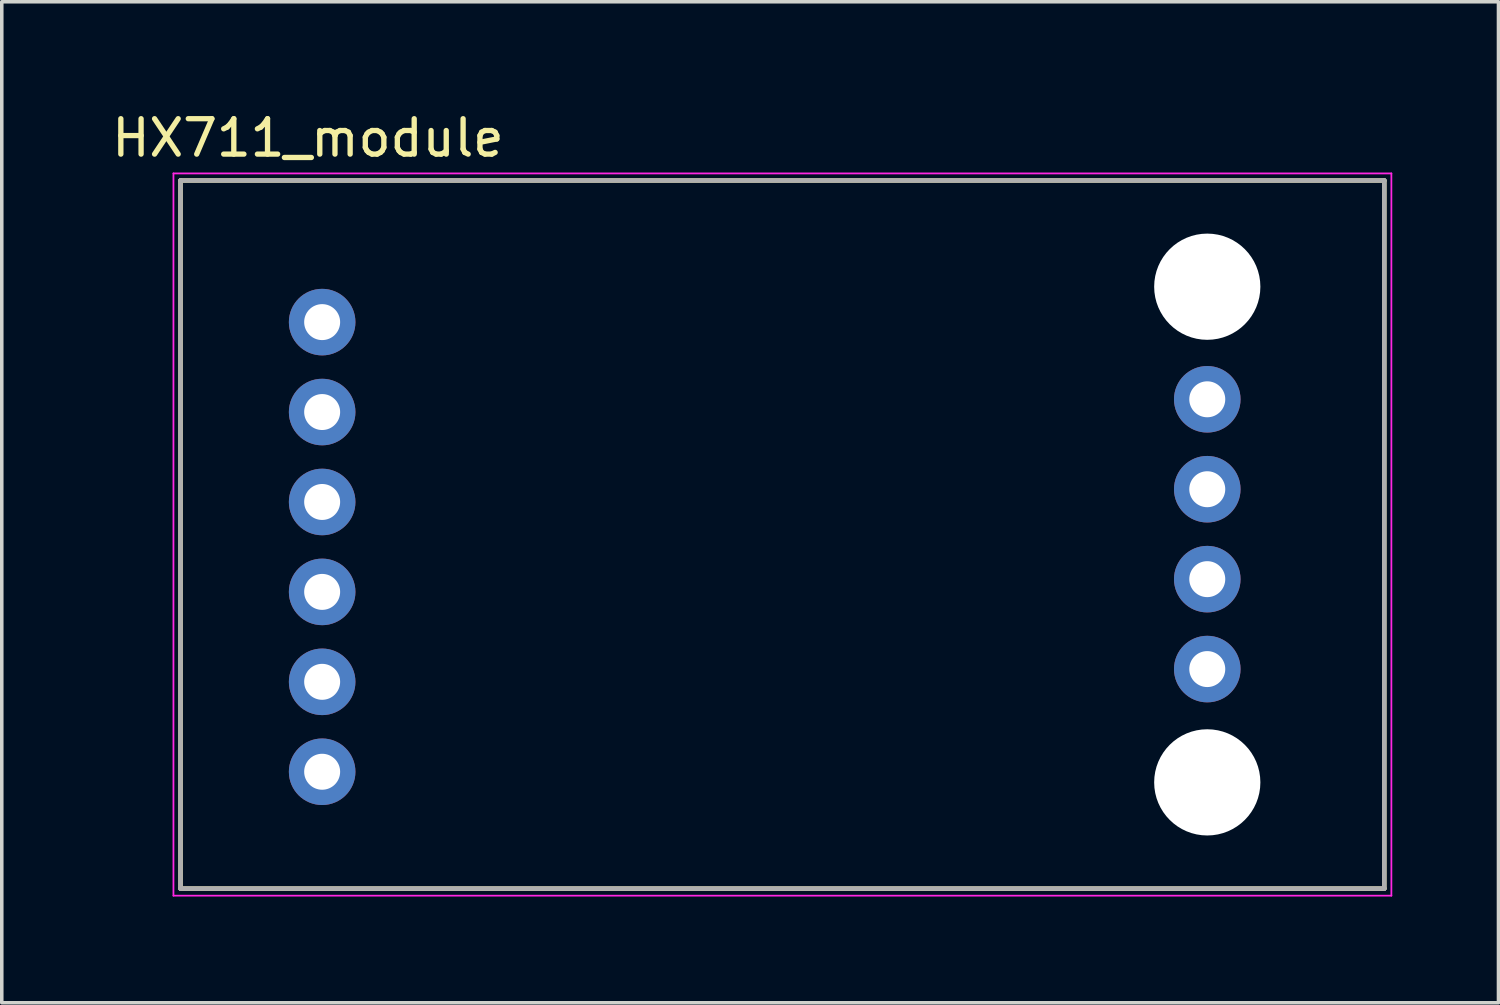
<source format=kicad_pcb>
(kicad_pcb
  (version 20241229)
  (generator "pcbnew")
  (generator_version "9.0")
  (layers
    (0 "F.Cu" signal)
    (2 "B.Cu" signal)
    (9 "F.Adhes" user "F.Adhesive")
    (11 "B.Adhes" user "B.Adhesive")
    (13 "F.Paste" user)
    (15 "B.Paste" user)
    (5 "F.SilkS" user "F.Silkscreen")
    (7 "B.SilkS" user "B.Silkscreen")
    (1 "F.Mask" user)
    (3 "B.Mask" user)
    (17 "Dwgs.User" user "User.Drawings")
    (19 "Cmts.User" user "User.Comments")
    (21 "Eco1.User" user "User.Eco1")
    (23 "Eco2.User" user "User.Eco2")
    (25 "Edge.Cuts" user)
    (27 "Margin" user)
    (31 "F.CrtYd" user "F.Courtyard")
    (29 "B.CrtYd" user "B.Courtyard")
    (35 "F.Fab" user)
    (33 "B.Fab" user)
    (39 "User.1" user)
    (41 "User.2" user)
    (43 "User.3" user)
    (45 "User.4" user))
  (footprint "HX711_module"
    (layer "F.Cu")
    (at 19.049 12.048)
    (property "Reference" "HX711_module" (at -13.4 -11.2 0) (layer "F.SilkS") (effects (font (size 1 1) (thickness 0.15))))
    (attr through_hole)
    (fp_line (start -17 -10) (end 17 -10) (stroke (width 0.127) (type solid)) (layer "F.SilkS"))
    (fp_line (start -17 10) (end -17 -10) (stroke (width 0.127) (type solid)) (layer "F.SilkS"))
    (fp_line (start 17 -10) (end 17 10) (stroke (width 0.127) (type solid)) (layer "F.SilkS"))
    (fp_line (start 17 10) (end -17 10) (stroke (width 0.127) (type solid)) (layer "F.SilkS"))
    (fp_line (start -17.2 -10.2) (end 17.2 -10.2) (stroke (width 0.05) (type solid)) (layer "F.CrtYd"))
    (fp_line (start -17.2 10.2) (end -17.2 -10.2) (stroke (width 0.05) (type solid)) (layer "F.CrtYd"))
    (fp_line (start 17.2 -10.2) (end 17.2 10.2) (stroke (width 0.05) (type solid)) (layer "F.CrtYd"))
    (fp_line (start 17.2 10.2) (end -17.2 10.2) (stroke (width 0.05) (type solid)) (layer "F.CrtYd"))
    (fp_line (start -17 -10) (end 17 -10) (stroke (width 0.127) (type solid)) (layer "F.Fab"))
    (fp_line (start -17 10) (end -17 -10) (stroke (width 0.127) (type solid)) (layer "F.Fab"))
    (fp_line (start 17 -10) (end 17 10) (stroke (width 0.127) (type solid)) (layer "F.Fab"))
    (fp_line (start 17 10) (end -17 10) (stroke (width 0.127) (type solid)) (layer "F.Fab"))
    (pad "" np_thru_hole circle (at 12 -7) (size 3 3) (drill 3) (layers "*.Cu" "*.Mask"))
    (pad "" np_thru_hole circle (at 12 7) (size 3 3) (drill 3) (layers "*.Cu" "*.Mask"))
    (pad "1" thru_hole circle (at -13 -6) (size 1.88 1.88) (drill 1.016) (layers "*.Cu" "*.Mask"))
    (pad "2" thru_hole circle (at -13 -3.46) (size 1.88 1.88) (drill 1.016) (layers "*.Cu" "*.Mask"))
    (pad "3" thru_hole circle (at -13 -0.92) (size 1.88 1.88) (drill 1.016) (layers "*.Cu" "*.Mask"))
    (pad "4" thru_hole circle (at -13 1.62) (size 1.88 1.88) (drill 1.016) (layers "*.Cu" "*.Mask"))
    (pad "5" thru_hole circle (at -13 4.16) (size 1.88 1.88) (drill 1.016) (layers "*.Cu" "*.Mask"))
    (pad "6" thru_hole circle (at -13 6.7) (size 1.88 1.88) (drill 1.016) (layers "*.Cu" "*.Mask"))
    (pad "7" thru_hole circle (at 12 3.8) (size 1.88 1.88) (drill 1.016) (layers "*.Cu" "*.Mask"))
    (pad "8" thru_hole circle (at 12 1.26) (size 1.88 1.88) (drill 1.016) (layers "*.Cu" "*.Mask"))
    (pad "9" thru_hole circle (at 12 -1.28) (size 1.88 1.88) (drill 1.016) (layers "*.Cu" "*.Mask"))
    (pad "10" thru_hole circle (at 12 -3.82) (size 1.88 1.88) (drill 1.016) (layers "*.Cu" "*.Mask")))
  (gr_rect
    (start -3 -3)
    (end 39.274 25.273)
    (stroke (width 0.1) (type default))
    (fill no)
    (layer "Edge.Cuts")))
</source>
